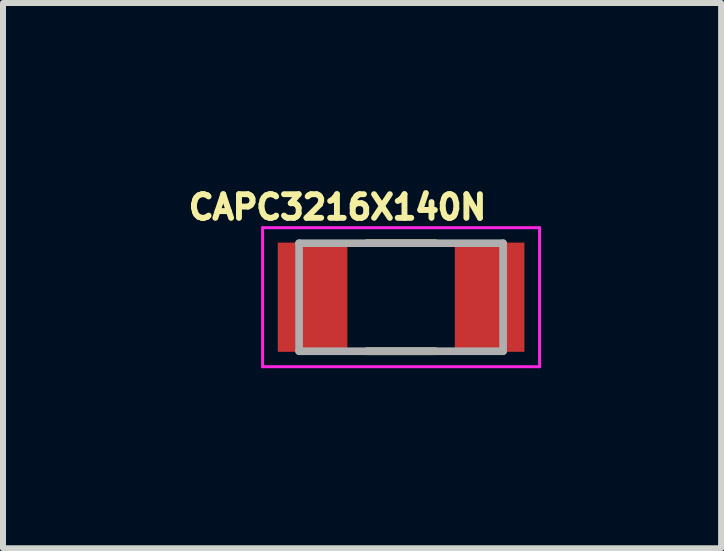
<source format=kicad_pcb>
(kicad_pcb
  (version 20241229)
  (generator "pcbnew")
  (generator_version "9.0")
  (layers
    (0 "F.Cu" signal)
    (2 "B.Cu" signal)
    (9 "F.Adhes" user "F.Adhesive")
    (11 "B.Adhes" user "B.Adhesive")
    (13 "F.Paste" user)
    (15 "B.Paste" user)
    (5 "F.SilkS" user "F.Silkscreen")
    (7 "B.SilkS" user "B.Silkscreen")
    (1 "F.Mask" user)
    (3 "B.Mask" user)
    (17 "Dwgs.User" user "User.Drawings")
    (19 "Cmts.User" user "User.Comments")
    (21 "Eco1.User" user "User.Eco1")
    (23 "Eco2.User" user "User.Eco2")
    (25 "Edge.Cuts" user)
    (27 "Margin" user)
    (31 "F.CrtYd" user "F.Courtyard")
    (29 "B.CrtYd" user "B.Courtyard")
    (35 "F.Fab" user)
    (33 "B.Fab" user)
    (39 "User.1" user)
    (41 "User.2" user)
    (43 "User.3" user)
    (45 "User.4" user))
  (footprint "CAPC3216X140N"
    (layer "F.Cu")
    (at 3.634 1.903)
    (property "Reference" "CAPC3216X140N" (at -1.06 -1.5 0) (layer "F.SilkS") (effects (font (size 0.394 0.394) (thickness 0.15))))
    (attr smd)
    (fp_line (start -0.57 -0.9) (end 0.57 -0.9) (stroke (width 0.127) (type solid)) (layer "F.SilkS"))
    (fp_line (start -0.57 0.9) (end 0.57 0.9) (stroke (width 0.127) (type solid)) (layer "F.SilkS"))
    (fp_line (start -2.308 -1.158) (end 2.308 -1.158) (stroke (width 0.05) (type solid)) (layer "F.CrtYd"))
    (fp_line (start -2.308 1.158) (end -2.308 -1.158) (stroke (width 0.05) (type solid)) (layer "F.CrtYd"))
    (fp_line (start -2.308 1.158) (end 2.308 1.158) (stroke (width 0.05) (type solid)) (layer "F.CrtYd"))
    (fp_line (start 2.308 1.158) (end 2.308 -1.158) (stroke (width 0.05) (type solid)) (layer "F.CrtYd"))
    (fp_line (start -1.7 0.9) (end -1.7 -0.9) (stroke (width 0.127) (type solid)) (layer "F.Fab"))
    (fp_line (start 1.7 -0.9) (end -1.7 -0.9) (stroke (width 0.127) (type solid)) (layer "F.Fab"))
    (fp_line (start 1.7 0.9) (end -1.7 0.9) (stroke (width 0.127) (type solid)) (layer "F.Fab"))
    (fp_line (start 1.7 0.9) (end 1.7 -0.9) (stroke (width 0.127) (type solid)) (layer "F.Fab"))
    (pad "1" smd rect (at -1.475 0) (size 1.16 1.82) (layers "F.Cu" "F.Mask" "F.Paste"))
    (pad "2" smd rect (at 1.475 0) (size 1.16 1.82) (layers "F.Cu" "F.Mask" "F.Paste")))
  (gr_rect
    (start -3 -3)
    (end 8.967 6.086)
    (stroke (width 0.1) (type default))
    (fill no)
    (layer "Edge.Cuts")))
</source>
